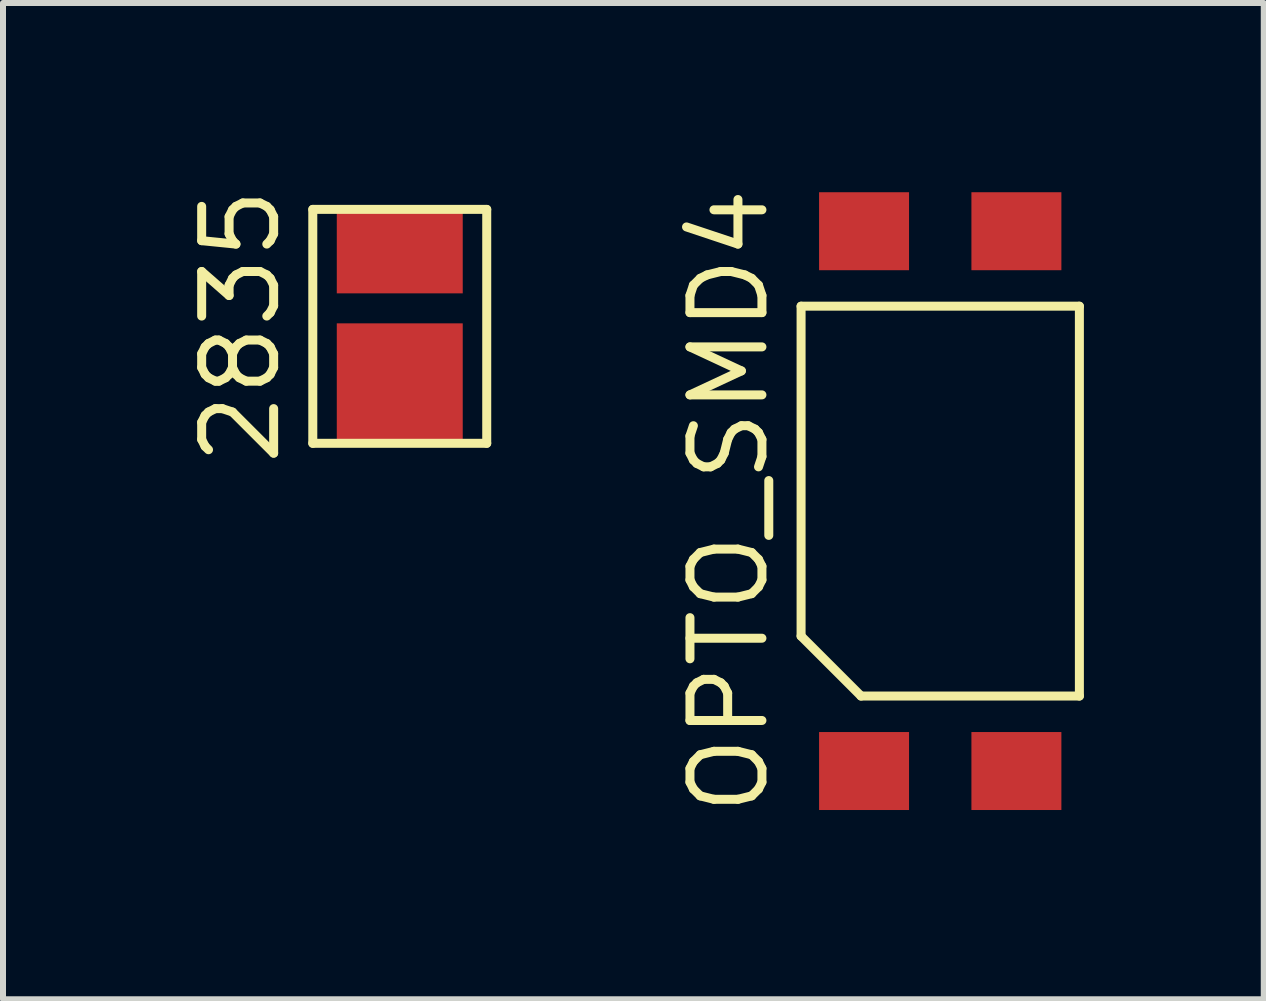
<source format=kicad_pcb>
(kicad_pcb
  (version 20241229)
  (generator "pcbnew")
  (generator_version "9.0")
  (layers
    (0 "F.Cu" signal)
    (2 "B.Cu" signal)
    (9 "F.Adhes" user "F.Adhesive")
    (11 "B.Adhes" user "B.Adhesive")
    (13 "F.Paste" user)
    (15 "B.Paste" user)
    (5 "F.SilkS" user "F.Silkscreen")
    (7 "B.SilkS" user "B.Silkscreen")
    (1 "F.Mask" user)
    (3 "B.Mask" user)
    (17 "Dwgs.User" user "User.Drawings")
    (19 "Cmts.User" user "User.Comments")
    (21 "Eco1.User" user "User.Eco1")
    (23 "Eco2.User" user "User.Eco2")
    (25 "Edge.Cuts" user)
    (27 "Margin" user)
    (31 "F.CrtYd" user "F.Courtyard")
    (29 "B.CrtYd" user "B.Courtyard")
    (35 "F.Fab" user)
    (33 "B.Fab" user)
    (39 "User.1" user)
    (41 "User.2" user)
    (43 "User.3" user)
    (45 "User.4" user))
  (footprint "2835"
    (layer "F.Cu")
    (at 3.615 2.391)
    (property "Reference" "2835" (at -2.65 0 90) (layer "F.SilkS") (effects (font (size 1.2 1.2) (thickness 0.15))))
    (attr through_hole)
    (fp_line (start -1.45 -1.95) (end -1.45 1.95) (stroke (width 0.15) (type solid)) (layer "F.SilkS"))
    (fp_line (start -1.45 1.95) (end 1.45 1.95) (stroke (width 0.15) (type solid)) (layer "F.SilkS"))
    (fp_line (start 1.45 -1.95) (end -1.45 -1.95) (stroke (width 0.15) (type solid)) (layer "F.SilkS"))
    (fp_line (start 1.45 1.95) (end 1.45 -1.95) (stroke (width 0.15) (type solid)) (layer "F.SilkS"))
    (pad "1" smd rect (at 0 0.95) (size 2.1 2) (layers "F.Cu" "F.Mask" "F.Paste"))
    (pad "2" smd rect (at 0 -1.25) (size 2.1 1.4) (layers "F.Cu" "F.Mask" "F.Paste")))
  (footprint "OPTO_SMD4"
    (layer "F.Cu")
    (at 12.626 5.305)
    (property "Reference" "OPTO_SMD4" (at -3.52 0 90) (layer "F.SilkS") (effects (font (size 1.2 1.2) (thickness 0.15))))
    (attr through_hole)
    (fp_line (start -2.32 -3.25) (end 2.32 -3.25) (stroke (width 0.15) (type solid)) (layer "F.SilkS"))
    (fp_line (start -2.32 2.25) (end -2.32 -3.25) (stroke (width 0.15) (type solid)) (layer "F.SilkS"))
    (fp_line (start -1.32 3.25) (end -2.32 2.25) (stroke (width 0.15) (type solid)) (layer "F.SilkS"))
    (fp_line (start 2.32 3.25) (end -1.32 3.25) (stroke (width 0.15) (type solid)) (layer "F.SilkS"))
    (fp_line (start 2.32 3.25) (end 2.32 -3.25) (stroke (width 0.15) (type solid)) (layer "F.SilkS"))
    (pad "1" smd rect (at -1.27 4.5) (size 1.5 1.3) (layers "F.Cu" "F.Mask" "F.Paste"))
    (pad "2" smd rect (at 1.27 4.5) (size 1.5 1.3) (layers "F.Cu" "F.Mask" "F.Paste"))
    (pad "3" smd rect (at 1.27 -4.5) (size 1.5 1.3) (layers "F.Cu" "F.Mask" "F.Paste"))
    (pad "4" smd rect (at -1.27 -4.5) (size 1.5 1.3) (layers "F.Cu" "F.Mask" "F.Paste")))
  (gr_rect
    (start -3 -3)
    (end 18.02 13.61)
    (stroke (width 0.1) (type default))
    (fill no)
    (layer "Edge.Cuts")))
</source>
